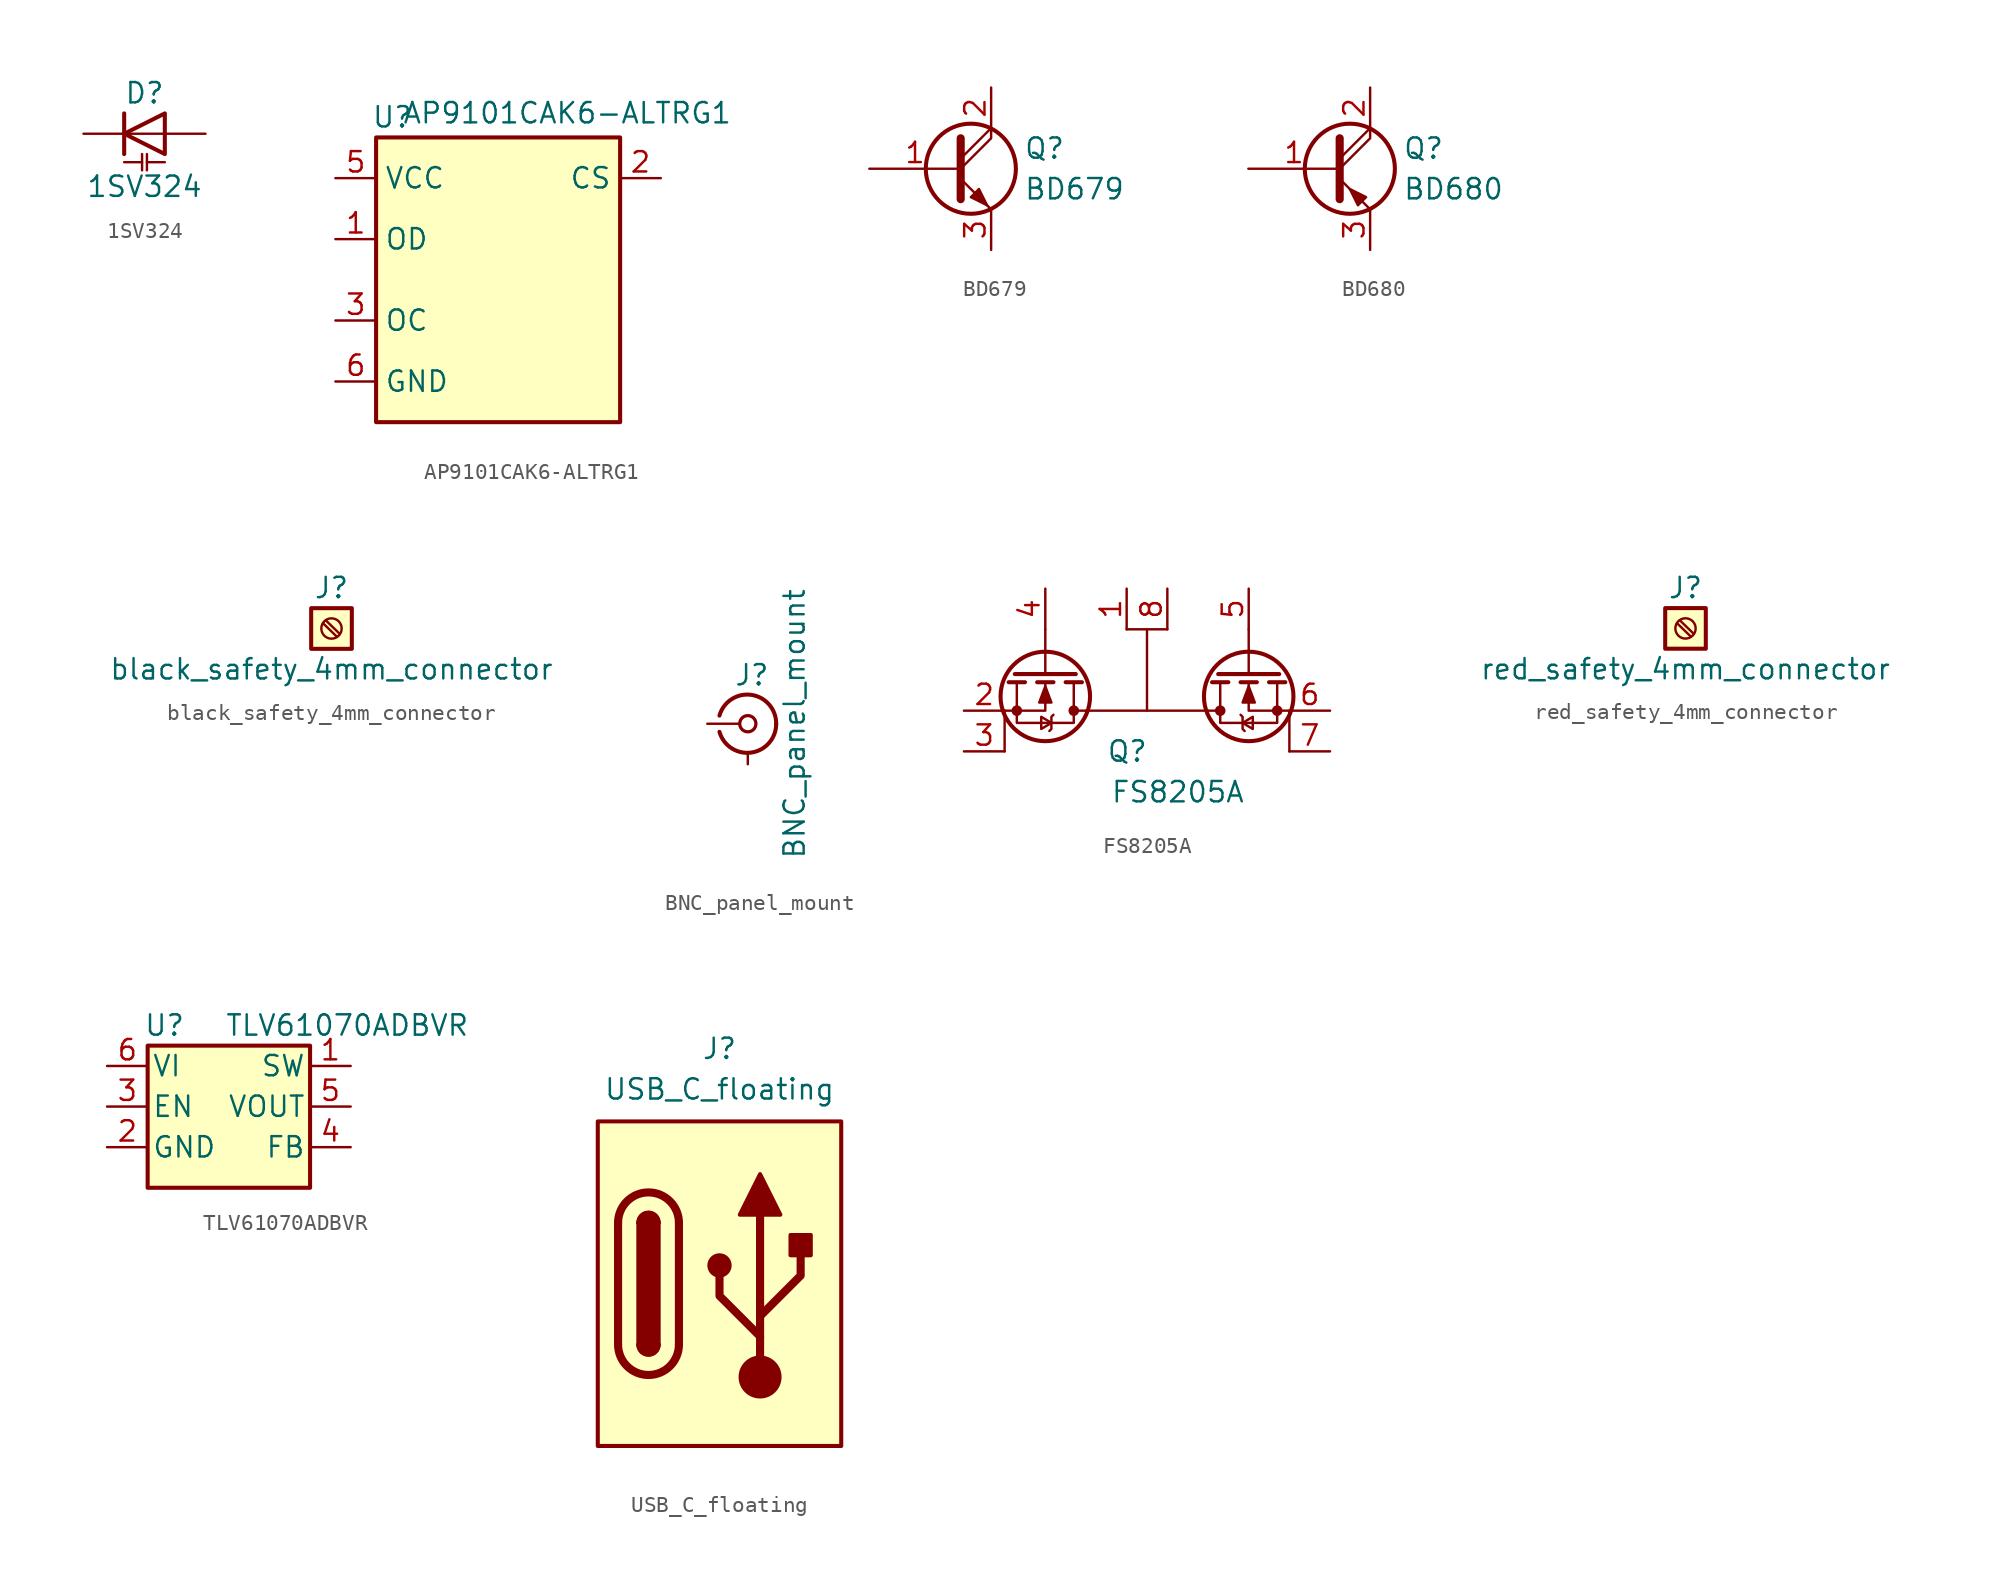
<source format=kicad_sym>
(kicad_symbol_lib
  (version 20241209)
  (generator "kicad_symbol_editor")
  (generator_version "9.0")
  (symbol "1SV324"
    (pin_numbers
      (hide yes))
    (pin_names
      (offset 1.016)
      (hide yes))
    (property "Reference" "D"
      (at 0 2.54 0)
      (effects (font (size 1.27 1.27))))
    (property "Value" "1SV324"
      (at 0 -3.302 0)
      (effects (font (size 1.27 1.27))))
    (symbol "1SV324_0_1"
      (polyline (pts (xy -1.27 1.27) (xy -1.27 -1.27)) (stroke (width 0.254) (type default)) (fill (type none)))
      (polyline (pts (xy -1.27 0) (xy 1.27 0)) (stroke (width 0) (type default)) (fill (type none)))
      (polyline (pts (xy -1.27 -1.778) (xy -0.152 -1.778)) (stroke (width 0) (type default)) (fill (type none)))
      (polyline (pts (xy -0.152 -1.27) (xy -0.152 -2.286)) (stroke (width 0) (type default)) (fill (type none)))
      (polyline (pts (xy 0.152 -1.27) (xy 0.152 -2.286)) (stroke (width 0) (type default)) (fill (type none)))
      (polyline (pts (xy 0.152 -1.778) (xy 1.27 -1.778)) (stroke (width 0) (type default)) (fill (type none)))
      (polyline (pts (xy 1.27 1.27) (xy 1.27 -1.27) (xy -1.27 0) (xy 1.27 1.27)) (stroke (width 0.254) (type default)) (fill (type none))))
    (symbol "1SV324_1_1"
      (pin passive line (at -3.81 0 0) (length 2.54) (name "K" (effects (font (size 1.27 1.27)))) (number "1" (effects (font (size 1.27 1.27)))))
      (pin passive line (at 3.81 0 180) (length 2.54) (name "A" (effects (font (size 1.27 1.27)))) (number "2" (effects (font (size 1.27 1.27)))))))
  (symbol "AP9101CAK6-ALTRG1"
    (property "Reference" "U"
      (at -6.604 6.35 0)
      (effects (font (size 1.27 1.27))))
    (property "Value" "AP9101CAK6-ALTRG1"
      (at 4.318 6.604 0)
      (effects (font (size 1.27 1.27))))
    (symbol "AP9101CAK6-ALTRG1_0_1"
      (pin power_in line (at -10.16 2.54 0) (length 2.54) (name "VCC" (effects (font (size 1.27 1.27)))) (number "5" (effects (font (size 1.27 1.27)))))
      (pin output line (at -10.16 -1.27 0) (length 2.54) (name "OD" (effects (font (size 1.27 1.27)))) (number "1" (effects (font (size 1.27 1.27)))))
      (pin output line (at -10.16 -6.35 0) (length 2.54) (name "OC" (effects (font (size 1.27 1.27)))) (number "3" (effects (font (size 1.27 1.27)))))
      (pin power_in line (at -10.16 -10.16 0) (length 2.54) (name "GND" (effects (font (size 1.27 1.27)))) (number "6" (effects (font (size 1.27 1.27)))))
      (pin input line (at 10.16 2.54 180) (length 2.54) (name "CS" (effects (font (size 1.27 1.27)))) (number "2" (effects (font (size 1.27 1.27))))))
    (symbol "AP9101CAK6-ALTRG1_1_1"
      (rectangle (start -7.62 5.08) (end 7.62 -12.7) (stroke (width 0.254) (type default)) (fill (type background)))
      (pin no_connect line (at 10.16 2.54 180) (length 2.54) (hide yes) (name "TD" (effects (font (size 1.27 1.27)))) (number "4" (effects (font (size 1.27 1.27)))))))
  (symbol "BD679"
    (pin_names
      (offset 0)
      (hide yes))
    (property "Reference" "Q"
      (at 4.572 1.27 0)
      (effects (font (size 1.27 1.27)) (justify left)))
    (property "Value" "BD679"
      (at 4.572 -1.27 0)
      (effects (font (size 1.27 1.27)) (justify left)))
    (symbol "BD679_0_1"
      (polyline (pts (xy 0.635 1.905) (xy 0.635 -1.905) (xy 0.635 -1.905)) (stroke (width 0.508) (type default)) (fill (type none)))
      (polyline (pts (xy 0.635 0.635) (xy 2.54 2.54)) (stroke (width 0) (type default)) (fill (type none)))
      (polyline (pts (xy 0.635 0) (xy 2.54 1.905) (xy 2.54 2.54)) (stroke (width 0) (type default)) (fill (type none)))
      (polyline (pts (xy 0.635 -0.635) (xy 2.54 -2.54) (xy 2.54 -2.54)) (stroke (width 0) (type default)) (fill (type none)))
      (circle (center 1.27 0) (radius 2.819) (stroke (width 0.254) (type default)) (fill (type none)))
      (polyline (pts (xy 1.27 -1.778) (xy 1.778 -1.27) (xy 2.286 -2.286) (xy 1.27 -1.778) (xy 1.27 -1.778)) (stroke (width 0) (type default)) (fill (type outline))))
    (symbol "BD679_1_1"
      (pin input line (at -5.08 0 0) (length 5.715) (name "B" (effects (font (size 1.27 1.27)))) (number "1" (effects (font (size 1.27 1.27)))))
      (pin passive line (at 2.54 5.08 270) (length 2.54) (name "C" (effects (font (size 1.27 1.27)))) (number "2" (effects (font (size 1.27 1.27)))))
      (pin passive line (at 2.54 -5.08 90) (length 2.54) (name "E" (effects (font (size 1.27 1.27)))) (number "3" (effects (font (size 1.27 1.27)))))))
  (symbol "BD680"
    (pin_names
      (offset 0)
      (hide yes))
    (property "Reference" "Q"
      (at 4.572 1.27 0)
      (effects (font (size 1.27 1.27)) (justify left)))
    (property "Value" "BD680"
      (at 4.572 -1.27 0)
      (effects (font (size 1.27 1.27)) (justify left)))
    (symbol "BD680_0_1"
      (polyline (pts (xy 0.635 1.905) (xy 0.635 -1.905) (xy 0.635 -1.905)) (stroke (width 0.508) (type default)) (fill (type none)))
      (polyline (pts (xy 0.635 0.635) (xy 2.54 2.54)) (stroke (width 0) (type default)) (fill (type none)))
      (polyline (pts (xy 0.635 0) (xy 2.54 1.905) (xy 2.54 2.54)) (stroke (width 0) (type default)) (fill (type none)))
      (polyline (pts (xy 0.635 -0.635) (xy 2.54 -2.54) (xy 2.54 -2.54)) (stroke (width 0) (type default)) (fill (type none)))
      (circle (center 1.27 0) (radius 2.819) (stroke (width 0.254) (type default)) (fill (type none)))
      (polyline (pts (xy 2.286 -1.778) (xy 1.778 -2.286) (xy 1.27 -1.27) (xy 2.286 -1.778) (xy 2.286 -1.778)) (stroke (width 0) (type default)) (fill (type outline))))
    (symbol "BD680_1_1"
      (pin input line (at -5.08 0 0) (length 5.715) (name "B" (effects (font (size 1.27 1.27)))) (number "1" (effects (font (size 1.27 1.27)))))
      (pin passive line (at 2.54 5.08 270) (length 2.54) (name "C" (effects (font (size 1.27 1.27)))) (number "2" (effects (font (size 1.27 1.27)))))
      (pin passive line (at 2.54 -5.08 90) (length 2.54) (name "E" (effects (font (size 1.27 1.27)))) (number "3" (effects (font (size 1.27 1.27)))))))
  (symbol "black_safety_4mm_connector"
    (pin_names
      (offset 1.016)
      (hide yes))
    (property "Reference" "J"
      (at 1.27 1.27 0)
      (effects (font (size 1.27 1.27))))
    (property "Value" "black_safety_4mm_connector"
      (at 1.27 -3.81 0)
      (effects (font (size 1.27 1.27))))
    (symbol "black_safety_4mm_connector_1_1"
      (rectangle (start 0 0) (end 2.54 -2.54) (stroke (width 0.254) (type default)) (fill (type background)))
      (polyline (pts (xy 0.737 -0.94) (xy 1.6 -1.778)) (stroke (width 0.152) (type default)) (fill (type none)))
      (polyline (pts (xy 0.914 -0.762) (xy 1.778 -1.6)) (stroke (width 0.152) (type default)) (fill (type none)))
      (circle (center 1.27 -1.27) (radius 0.635) (stroke (width 0.152) (type default)) (fill (type none)))))
  (symbol "BNC_panel_mount"
    (pin_names
      (offset 1.016)
      (hide yes))
    (property "Reference" "J"
      (at 0.254 3.048 0)
      (effects (font (size 1.27 1.27))))
    (property "Value" "BNC_panel_mount"
      (at 2.921 0 90)
      (effects (font (size 1.27 1.27))))
    (symbol "BNC_panel_mount_0_1"
      (polyline (pts (xy -2.54 0) (xy -0.508 0)) (stroke (width 0) (type default)) (fill (type none)))
      (arc (start 1.778 0) (mid 0.222 -1.8079) (end -1.778 -0.508) (stroke (width 0.254) (type default)) (fill (type none)))
      (arc (start -1.778 0.508) (mid 0.2221 1.8084) (end 1.778 0) (stroke (width 0.254) (type default)) (fill (type none)))
      (circle (center 0 0) (radius 0.508) (stroke (width 0.203) (type default)) (fill (type none)))
      (polyline (pts (xy 0 -2.54) (xy 0 -1.778)) (stroke (width 0) (type default)) (fill (type none)))))
  (symbol "FS8205A"
    (pin_names
      (hide yes))
    (property "Reference" "Q"
      (at 3.81 -2.54 0)
      (effects (font (size 1.27 1.27)) (justify left)))
    (property "Value" "FS8205A"
      (at 4.064 -5.08 0)
      (effects (font (size 1.27 1.27)) (justify left)))
    (symbol "FS8205A_0_1"
      (polyline (pts (xy -2.54 0) (xy 0 0) (xy 0 1.778)) (stroke (width 0) (type default)) (fill (type none)))
      (polyline (pts (xy -2.54 -2.54) (xy -2.54 0)) (stroke (width 0) (type default)) (fill (type none)))
      (polyline (pts (xy -1.778 1.778) (xy -1.778 -0.762) (xy 1.778 -0.762) (xy 1.778 1.778)) (stroke (width 0) (type default)) (fill (type none)))
      (circle (center -1.778 0) (radius 0.254) (stroke (width 0) (type default)) (fill (type outline)))
      (polyline (pts (xy -1.27 1.778) (xy -2.286 1.778)) (stroke (width 0.254) (type default)) (fill (type none)))
      (polyline (pts (xy 0 2.286) (xy 0 5.08)) (stroke (width 0) (type default)) (fill (type none)))
      (polyline (pts (xy 0 1.524) (xy 0.381 0.508) (xy -0.381 0.508) (xy 0 1.524)) (stroke (width 0) (type default)) (fill (type outline)))
      (circle (center 0 0.889) (radius 2.794) (stroke (width 0.254) (type default)) (fill (type none)))
      (polyline (pts (xy 0.381 -0.762) (xy -0.254 -0.381) (xy -0.254 -1.143) (xy 0.381 -0.762)) (stroke (width 0) (type default)) (fill (type none)))
      (polyline (pts (xy 0.508 1.778) (xy -0.508 1.778)) (stroke (width 0.254) (type default)) (fill (type none)))
      (polyline (pts (xy 0.508 -0.254) (xy 0.381 -0.381) (xy 0.381 -1.143) (xy 0.254 -1.27)) (stroke (width 0) (type default)) (fill (type none)))
      (circle (center 1.778 0) (radius 0.254) (stroke (width 0) (type default)) (fill (type outline)))
      (polyline (pts (xy 1.905 2.286) (xy -1.905 2.286)) (stroke (width 0.254) (type default)) (fill (type none)))
      (polyline (pts (xy 2.286 1.778) (xy 1.27 1.778)) (stroke (width 0.254) (type default)) (fill (type none)))
      (polyline (pts (xy 2.54 0) (xy 1.778 0)) (stroke (width 0) (type default)) (fill (type none)))
      (polyline (pts (xy 5.08 5.08) (xy 7.62 5.08)) (stroke (width 0) (type default)) (fill (type none)))
      (polyline (pts (xy 10.16 0) (xy 10.922 0)) (stroke (width 0) (type default)) (fill (type none)))
      (polyline (pts (xy 10.414 1.778) (xy 11.43 1.778)) (stroke (width 0.254) (type default)) (fill (type none)))
      (polyline (pts (xy 10.795 2.286) (xy 14.605 2.286)) (stroke (width 0.254) (type default)) (fill (type none)))
      (circle (center 10.922 0) (radius 0.254) (stroke (width 0) (type default)) (fill (type outline)))
      (polyline (pts (xy 12.192 1.778) (xy 13.208 1.778)) (stroke (width 0.254) (type default)) (fill (type none)))
      (polyline (pts (xy 12.192 -0.254) (xy 12.319 -0.381) (xy 12.319 -1.143) (xy 12.446 -1.27)) (stroke (width 0) (type default)) (fill (type none)))
      (polyline (pts (xy 12.319 -0.762) (xy 12.954 -0.381) (xy 12.954 -1.143) (xy 12.319 -0.762)) (stroke (width 0) (type default)) (fill (type none)))
      (polyline (pts (xy 12.7 2.286) (xy 12.7 5.08)) (stroke (width 0) (type default)) (fill (type none)))
      (polyline (pts (xy 12.7 1.524) (xy 12.319 0.508) (xy 13.081 0.508) (xy 12.7 1.524)) (stroke (width 0) (type default)) (fill (type outline)))
      (circle (center 12.7 0.889) (radius 2.794) (stroke (width 0.254) (type default)) (fill (type none)))
      (polyline (pts (xy 13.97 1.778) (xy 14.986 1.778)) (stroke (width 0.254) (type default)) (fill (type none)))
      (polyline (pts (xy 14.478 1.778) (xy 14.478 -0.762) (xy 10.922 -0.762) (xy 10.922 1.778)) (stroke (width 0) (type default)) (fill (type none)))
      (circle (center 14.478 0) (radius 0.254) (stroke (width 0) (type default)) (fill (type outline)))
      (polyline (pts (xy 15.24 0) (xy 15.24 -2.54)) (stroke (width 0) (type default)) (fill (type none)))
      (polyline (pts (xy 15.24 0) (xy 12.7 0) (xy 12.7 1.778)) (stroke (width 0) (type default)) (fill (type none))))
    (symbol "FS8205A_1_1"
      (polyline (pts (xy 2.54 0) (xy 10.16 0)) (stroke (width 0) (type default)) (fill (type none)))
      (polyline (pts (xy 6.35 5.08) (xy 6.35 0)) (stroke (width 0) (type default)) (fill (type none)))
      (pin passive line (at -5.08 0 0) (length 2.54) (name "S" (effects (font (size 1.27 1.27)))) (number "2" (effects (font (size 1.27 1.27)))))
      (pin passive line (at -5.08 -2.54 0) (length 2.54) (name "S" (effects (font (size 1.27 1.27)))) (number "3" (effects (font (size 1.27 1.27)))))
      (pin input line (at 0 7.62 270) (length 2.54) (name "G" (effects (font (size 1.27 1.27)))) (number "4" (effects (font (size 1.27 1.27)))))
      (pin passive line (at 5.08 7.62 270) (length 2.54) (name "D" (effects (font (size 1.27 1.27)))) (number "1" (effects (font (size 1.27 1.27)))))
      (pin passive line (at 7.62 7.62 270) (length 2.54) (name "D" (effects (font (size 1.27 1.27)))) (number "8" (effects (font (size 1.27 1.27)))))
      (pin input line (at 12.7 7.62 270) (length 2.54) (name "G" (effects (font (size 1.27 1.27)))) (number "5" (effects (font (size 1.27 1.27)))))
      (pin passive line (at 17.78 0 180) (length 2.54) (name "S" (effects (font (size 1.27 1.27)))) (number "6" (effects (font (size 1.27 1.27)))))
      (pin passive line (at 17.78 -2.54 180) (length 2.54) (name "S" (effects (font (size 1.27 1.27)))) (number "7" (effects (font (size 1.27 1.27)))))))
  (symbol "red_safety_4mm_connector"
    (pin_names
      (offset 1.016)
      (hide yes))
    (property "Reference" "J"
      (at 1.27 1.27 0)
      (effects (font (size 1.27 1.27))))
    (property "Value" "red_safety_4mm_connector"
      (at 1.27 -3.81 0)
      (effects (font (size 1.27 1.27))))
    (symbol "red_safety_4mm_connector_1_1"
      (rectangle (start 0 0) (end 2.54 -2.54) (stroke (width 0.254) (type default)) (fill (type background)))
      (polyline (pts (xy 0.737 -0.94) (xy 1.6 -1.778)) (stroke (width 0.152) (type default)) (fill (type none)))
      (polyline (pts (xy 0.914 -0.762) (xy 1.778 -1.6)) (stroke (width 0.152) (type default)) (fill (type none)))
      (circle (center 1.27 -1.27) (radius 0.635) (stroke (width 0.152) (type default)) (fill (type none)))))
  (symbol "TLV61070ADBVR"
    (pin_names
      (offset 0.254))
    (property "Reference" "U"
      (at -5.334 5.08 0)
      (effects (font (size 1.27 1.27)) (justify left)))
    (property "Value" "TLV61070ADBVR"
      (at -0.254 5.08 0)
      (effects (font (size 1.27 1.27)) (justify left)))
    (symbol "TLV61070ADBVR_0_1"
      (rectangle (start -5.08 3.81) (end 5.08 -5.08) (stroke (width 0.254) (type default)) (fill (type background))))
    (symbol "TLV61070ADBVR_1_1"
      (pin power_in line (at -7.62 2.54 0) (length 2.54) (name "VI" (effects (font (size 1.27 1.27)))) (number "6" (effects (font (size 1.27 1.27)))))
      (pin input line (at -7.62 0 0) (length 2.54) (name "EN" (effects (font (size 1.27 1.27)))) (number "3" (effects (font (size 1.27 1.27)))))
      (pin power_in line (at -7.62 -2.54 0) (length 2.54) (name "GND" (effects (font (size 1.27 1.27)))) (number "2" (effects (font (size 1.27 1.27)))))
      (pin power_in line (at 7.62 2.54 180) (length 2.54) (name "SW" (effects (font (size 1.27 1.27)))) (number "1" (effects (font (size 1.27 1.27)))))
      (pin power_out line (at 7.62 0 180) (length 2.54) (name "VOUT" (effects (font (size 1.27 1.27)))) (number "5" (effects (font (size 1.27 1.27)))))
      (pin input line (at 7.62 -2.54 180) (length 2.54) (name "FB" (effects (font (size 1.27 1.27)))) (number "4" (effects (font (size 1.27 1.27)))))))
  (symbol "USB_C_floating"
    (pin_names
      (offset 1.016))
    (property "Reference" "J"
      (at 0 13.97 0)
      (effects (font (size 1.27 1.27)) (justify bottom)))
    (property "Value" "USB_C_floating"
      (at 0 11.43 0)
      (effects (font (size 1.27 1.27)) (justify bottom)))
    (symbol "USB_C_floating_0_1"
      (rectangle (start -7.62 10.16) (end 7.62 -10.16) (stroke (width 0.254) (type default)) (fill (type background)))
      (polyline (pts (xy -6.35 -3.81) (xy -6.35 3.81)) (stroke (width 0.508) (type default)) (fill (type none)))
      (rectangle (start -5.08 -3.81) (end -3.81 3.81) (stroke (width 0.254) (type default)) (fill (type outline)))
      (arc (start -5.08 3.81) (mid -4.445 4.4423) (end -3.81 3.81) (stroke (width 0.254) (type default)) (fill (type none)))
      (arc (start -5.08 3.81) (mid -4.445 4.4423) (end -3.81 3.81) (stroke (width 0.254) (type default)) (fill (type outline)))
      (arc (start -6.35 3.81) (mid -4.445 5.7067) (end -2.54 3.81) (stroke (width 0.508) (type default)) (fill (type none)))
      (arc (start -2.54 -3.81) (mid -4.445 -5.7067) (end -6.35 -3.81) (stroke (width 0.508) (type default)) (fill (type none)))
      (arc (start -3.81 -3.81) (mid -4.445 -4.4423) (end -5.08 -3.81) (stroke (width 0.254) (type default)) (fill (type none)))
      (arc (start -3.81 -3.81) (mid -4.445 -4.4423) (end -5.08 -3.81) (stroke (width 0.254) (type default)) (fill (type outline)))
      (polyline (pts (xy -2.54 3.81) (xy -2.54 -3.81)) (stroke (width 0.508) (type default)) (fill (type none)))
      (circle (center 0 1.143) (radius 0.635) (stroke (width 0.254) (type default)) (fill (type outline)))
      (polyline (pts (xy 1.27 4.318) (xy 2.54 6.858) (xy 3.81 4.318) (xy 1.27 4.318)) (stroke (width 0.254) (type default)) (fill (type outline)))
      (polyline (pts (xy 2.54 -2.032) (xy 5.08 0.508) (xy 5.08 1.778)) (stroke (width 0.508) (type default)) (fill (type none)))
      (polyline (pts (xy 2.54 -3.302) (xy 0 -0.762) (xy 0 0.508)) (stroke (width 0.508) (type default)) (fill (type none)))
      (polyline (pts (xy 2.54 -5.842) (xy 2.54 4.318)) (stroke (width 0.508) (type default)) (fill (type none)))
      (circle (center 2.54 -5.842) (radius 1.27) (stroke (width 0) (type default)) (fill (type outline)))
      (rectangle (start 4.445 1.778) (end 5.715 3.048) (stroke (width 0.254) (type default)) (fill (type outline))))))
</source>
